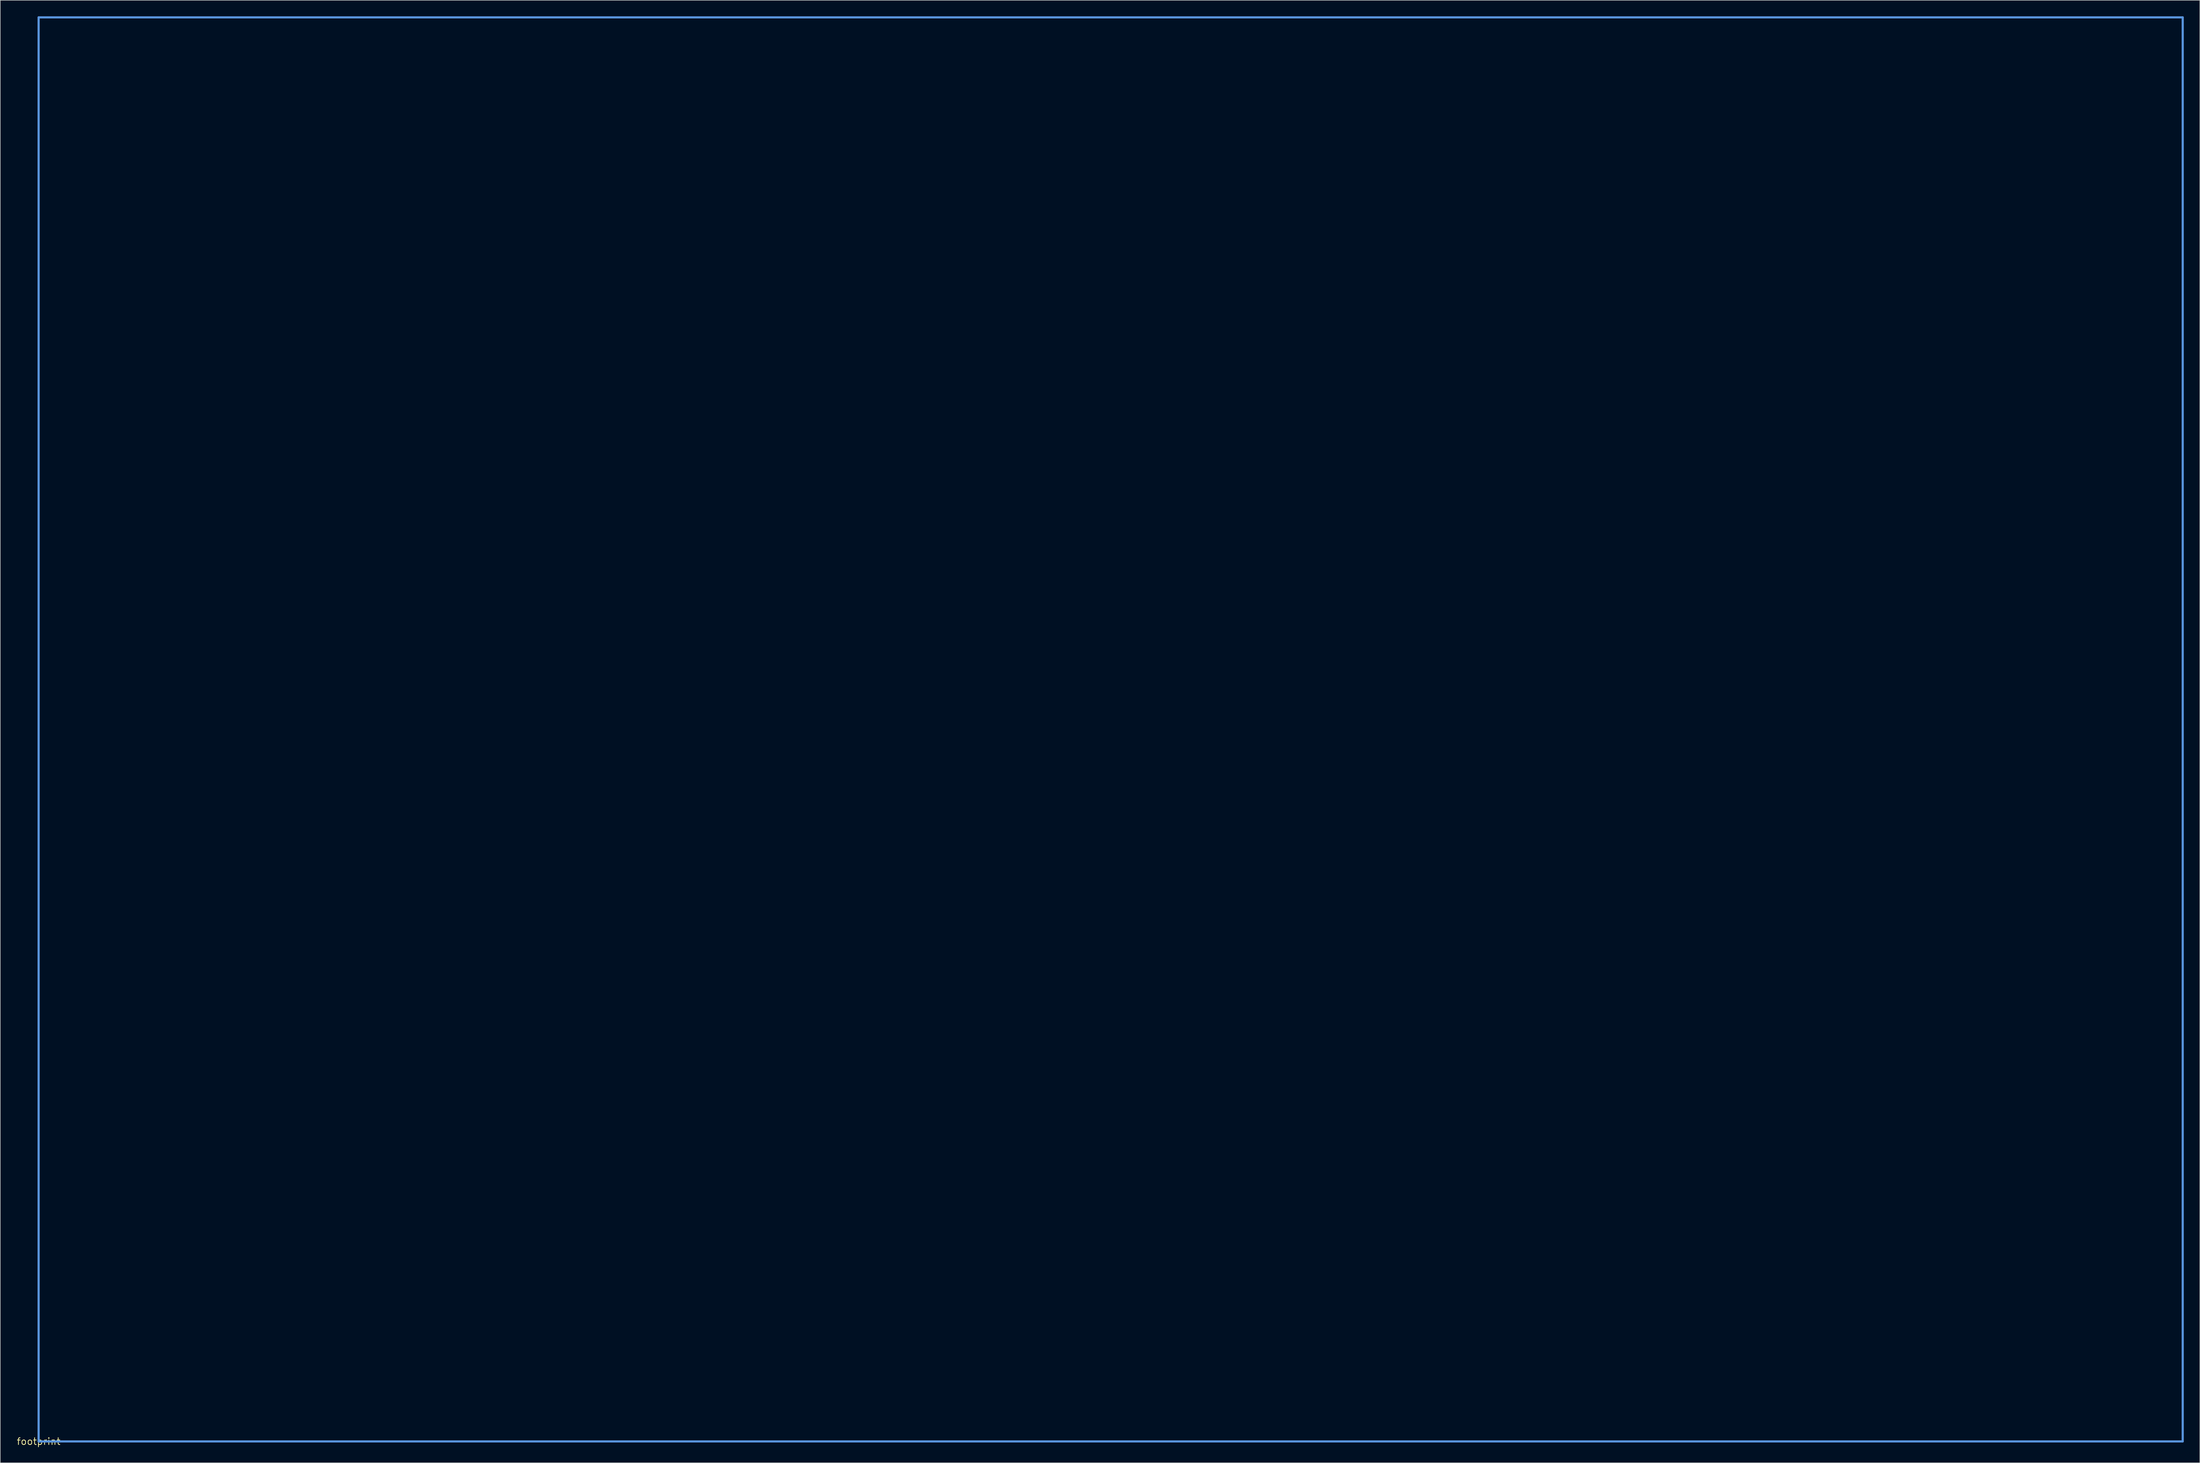
<source format=kicad_pcb>
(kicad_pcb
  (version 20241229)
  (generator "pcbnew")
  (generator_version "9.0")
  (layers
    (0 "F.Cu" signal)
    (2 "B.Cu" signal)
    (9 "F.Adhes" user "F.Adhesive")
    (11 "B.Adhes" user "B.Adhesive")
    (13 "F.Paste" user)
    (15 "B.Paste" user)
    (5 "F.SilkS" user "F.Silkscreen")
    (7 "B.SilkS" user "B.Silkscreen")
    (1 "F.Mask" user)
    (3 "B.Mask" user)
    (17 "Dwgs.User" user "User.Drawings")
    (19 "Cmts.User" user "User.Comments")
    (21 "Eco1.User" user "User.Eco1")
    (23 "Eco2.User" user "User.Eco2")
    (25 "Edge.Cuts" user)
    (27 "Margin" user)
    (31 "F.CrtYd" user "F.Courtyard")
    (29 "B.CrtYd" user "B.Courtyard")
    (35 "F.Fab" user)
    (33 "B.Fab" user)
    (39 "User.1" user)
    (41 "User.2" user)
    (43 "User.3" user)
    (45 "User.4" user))
  (footprint "footprint"
    (layer "F.Cu")
    (at 4.18 266.903)
    (property "Reference" "footprint" (at 0 0 0) (layer "F.SilkS") (effects (font (size 1.27 1.27) (thickness 0.15))))
    (fp_line (start 0 -266.7) (end 0 0) (stroke (width 0.406) (type solid)) (layer "Cmts.User"))
    (fp_line (start 0 0) (end 401.32 0) (stroke (width 0.406) (type solid)) (layer "Cmts.User"))
    (fp_line (start 401.32 -266.7) (end 0 -266.7) (stroke (width 0.406) (type solid)) (layer "Cmts.User"))
    (fp_line (start 401.32 0) (end 401.32 -266.7) (stroke (width 0.406) (type solid)) (layer "Cmts.User")))
  (gr_rect
    (start -3 -3)
    (end 408.703 270.909)
    (stroke (width 0.1) (type default))
    (fill no)
    (layer "Edge.Cuts")))
</source>
